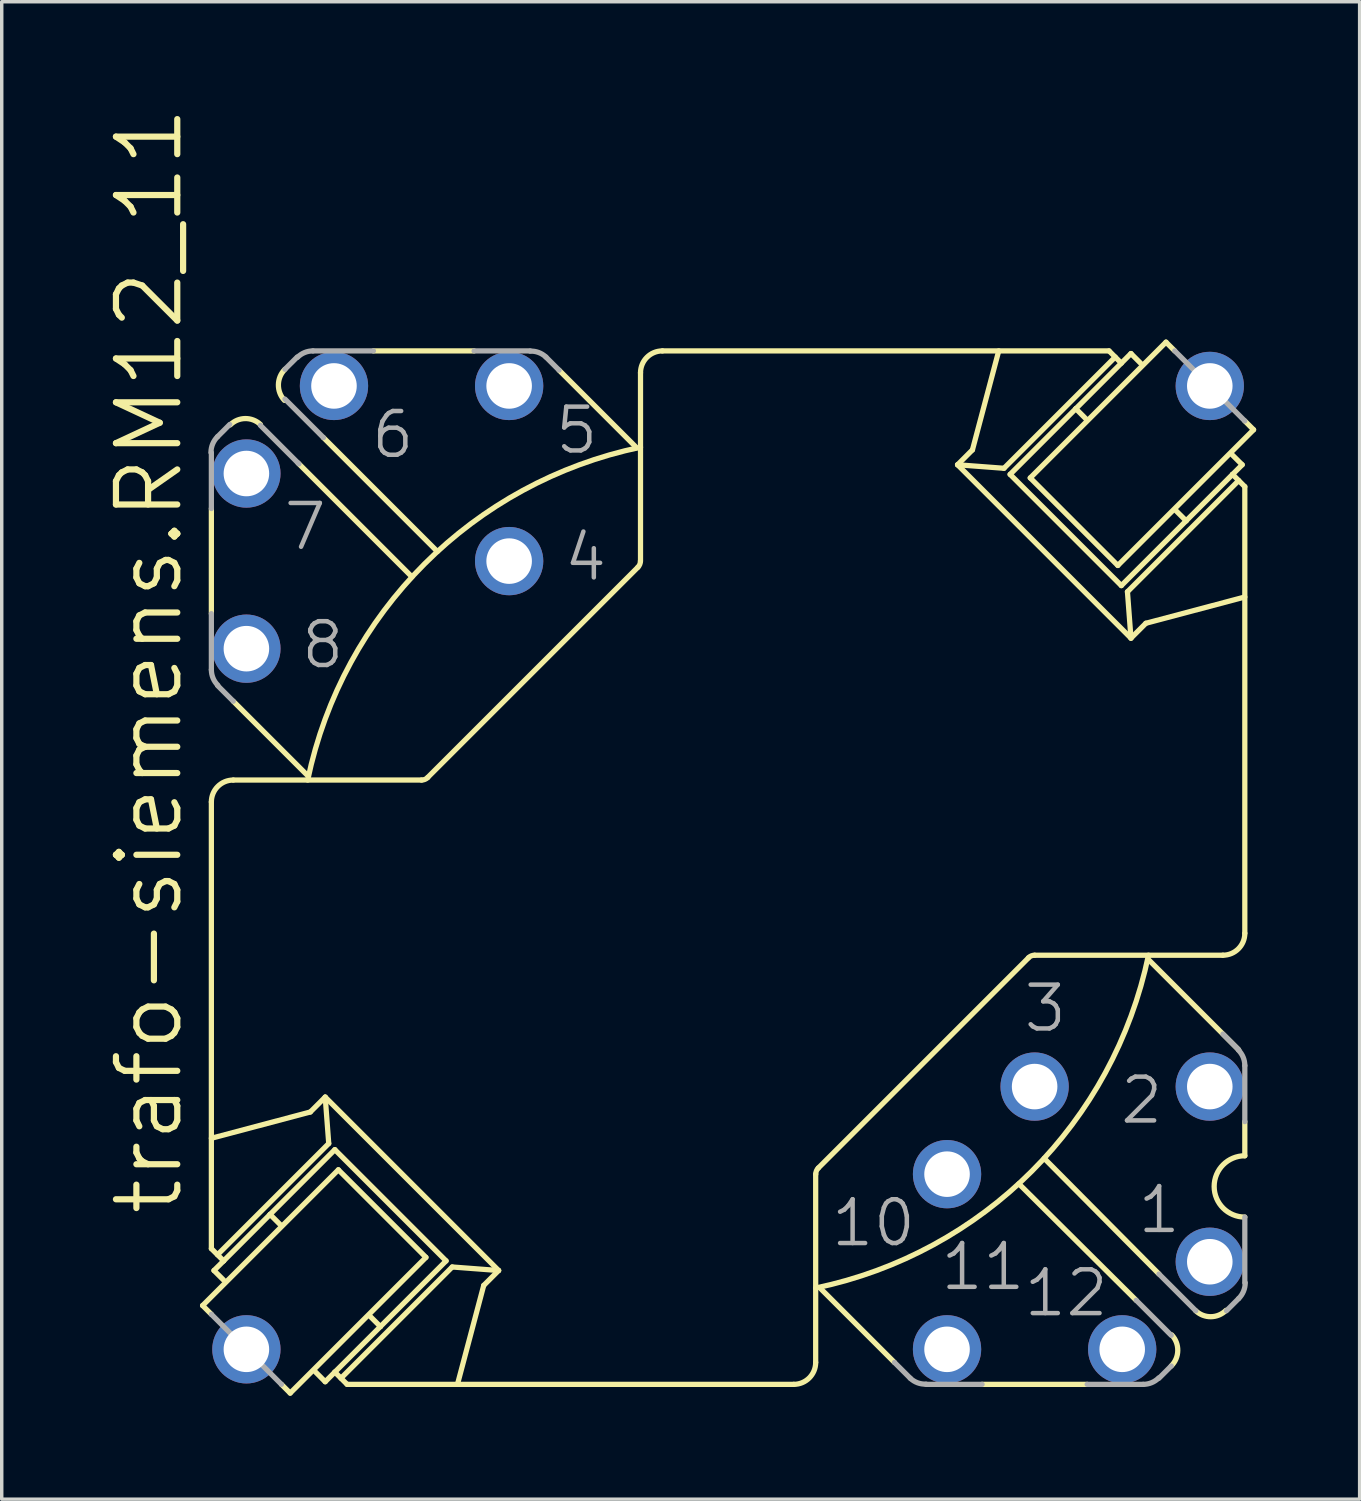
<source format=kicad_pcb>
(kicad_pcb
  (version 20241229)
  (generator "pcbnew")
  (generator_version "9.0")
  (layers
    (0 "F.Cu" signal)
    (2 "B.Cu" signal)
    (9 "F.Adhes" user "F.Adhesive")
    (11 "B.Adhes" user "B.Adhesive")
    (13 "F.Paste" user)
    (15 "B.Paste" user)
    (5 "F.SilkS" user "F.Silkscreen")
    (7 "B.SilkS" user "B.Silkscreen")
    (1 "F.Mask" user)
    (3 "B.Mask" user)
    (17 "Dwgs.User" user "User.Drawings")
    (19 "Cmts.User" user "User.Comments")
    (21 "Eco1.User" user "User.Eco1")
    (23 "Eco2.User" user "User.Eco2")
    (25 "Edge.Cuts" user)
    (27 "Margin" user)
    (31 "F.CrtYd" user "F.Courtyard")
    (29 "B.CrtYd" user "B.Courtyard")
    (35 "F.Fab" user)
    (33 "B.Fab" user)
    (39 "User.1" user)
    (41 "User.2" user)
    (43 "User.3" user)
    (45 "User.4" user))
  (footprint "trafo-siemens.RM12_11"
    (layer "F.Cu")
    (at 18.066 22.113)
    (property "Reference" "trafo-siemens.RM12_11" (at -15.748 10.16 90) (layer "F.SilkS") (effects (font (size 1.778 1.778) (thickness 0.18)) (justify left bottom)))
    (attr through_hole)
    (fp_line (start -15.24 12.7) (end -14.986 12.954) (stroke (width 0.152) (type default)) (layer "F.SilkS"))
    (fp_line (start -14.986 -10.414) (end -14.986 -7.366) (stroke (width 0.152) (type default)) (layer "F.SilkS"))
    (fp_line (start -14.986 11.049) (end -14.986 -1.905) (stroke (width 0.152) (type default)) (layer "F.SilkS"))
    (fp_line (start -14.91 11.684) (end -14.63 11.963) (stroke (width 0.152) (type default)) (layer "F.SilkS"))
    (fp_line (start -14.808 11.227) (end -11.582 8.001) (stroke (width 0.152) (type default)) (layer "F.SilkS"))
    (fp_line (start -14.63 11.405) (end -14.986 11.049) (stroke (width 0.152) (type default)) (layer "F.SilkS"))
    (fp_line (start -14.63 11.405) (end -14.91 11.684) (stroke (width 0.152) (type default)) (layer "F.SilkS"))
    (fp_line (start -14.351 -4.826) (end -12.217 -2.692) (stroke (width 0.152) (type default)) (layer "F.SilkS"))
    (fp_line (start -14.351 -2.54) (end -8.89 -2.54) (stroke (width 0.152) (type default)) (layer "F.SilkS"))
    (fp_line (start -13.284 10.058) (end -14.63 11.405) (stroke (width 0.152) (type default)) (layer "F.SilkS"))
    (fp_line (start -13.284 10.058) (end -12.979 10.363) (stroke (width 0.152) (type default)) (layer "F.SilkS"))
    (fp_line (start -12.954 14.986) (end -12.7 15.24) (stroke (width 0.152) (type default)) (layer "F.SilkS"))
    (fp_line (start -12.7 15.24) (end -8.763 11.303) (stroke (width 0.152) (type default)) (layer "F.SilkS"))
    (fp_line (start -12.471 -11.735) (end -9.169 -8.433) (stroke (width 0.152) (type default)) (layer "F.SilkS"))
    (fp_line (start -12.116 7.087) (end -14.986 7.849) (stroke (width 0.152) (type default)) (layer "F.SilkS"))
    (fp_line (start -11.963 14.63) (end -11.684 14.91) (stroke (width 0.152) (type default)) (layer "F.SilkS"))
    (fp_line (start -11.735 -12.471) (end -8.433 -9.169) (stroke (width 0.152) (type default)) (layer "F.SilkS"))
    (fp_line (start -11.684 6.655) (end -12.116 7.087) (stroke (width 0.152) (type default)) (layer "F.SilkS"))
    (fp_line (start -11.684 6.655) (end -6.655 11.684) (stroke (width 0.152) (type default)) (layer "F.SilkS"))
    (fp_line (start -11.582 8.001) (end -11.684 6.655) (stroke (width 0.152) (type default)) (layer "F.SilkS"))
    (fp_line (start -11.405 8.179) (end -13.284 10.058) (stroke (width 0.152) (type default)) (layer "F.SilkS"))
    (fp_line (start -11.405 8.179) (end -8.179 11.405) (stroke (width 0.152) (type default)) (layer "F.SilkS"))
    (fp_line (start -11.405 14.63) (end -11.684 14.91) (stroke (width 0.152) (type default)) (layer "F.SilkS"))
    (fp_line (start -11.405 14.63) (end -11.049 14.986) (stroke (width 0.152) (type default)) (layer "F.SilkS"))
    (fp_line (start -11.303 8.763) (end -15.24 12.7) (stroke (width 0.152) (type default)) (layer "F.SilkS"))
    (fp_line (start -11.049 14.986) (end 1.905 14.986) (stroke (width 0.152) (type default)) (layer "F.SilkS"))
    (fp_line (start -10.084 13.31) (end -11.405 14.63) (stroke (width 0.152) (type default)) (layer "F.SilkS"))
    (fp_line (start -10.084 13.31) (end -10.389 13.005) (stroke (width 0.152) (type default)) (layer "F.SilkS"))
    (fp_line (start -8.763 11.303) (end -11.303 8.763) (stroke (width 0.152) (type default)) (layer "F.SilkS"))
    (fp_line (start -8.712 -2.616) (end -2.616 -8.712) (stroke (width 0.152) (type default)) (layer "F.SilkS"))
    (fp_line (start -8.179 11.405) (end -10.084 13.31) (stroke (width 0.152) (type default)) (layer "F.SilkS"))
    (fp_line (start -8.001 11.582) (end -11.227 14.808) (stroke (width 0.152) (type default)) (layer "F.SilkS"))
    (fp_line (start -8.001 11.582) (end -6.655 11.684) (stroke (width 0.152) (type default)) (layer "F.SilkS"))
    (fp_line (start -7.366 -14.986) (end -10.287 -14.986) (stroke (width 0.152) (type default)) (layer "F.SilkS"))
    (fp_line (start -7.087 12.116) (end -7.849 14.986) (stroke (width 0.152) (type default)) (layer "F.SilkS"))
    (fp_line (start -6.655 11.684) (end -7.087 12.116) (stroke (width 0.152) (type default)) (layer "F.SilkS"))
    (fp_line (start -2.692 -12.217) (end -4.902 -14.427) (stroke (width 0.152) (type default)) (layer "F.SilkS"))
    (fp_line (start -2.54 -14.351) (end -2.54 -8.89) (stroke (width 0.152) (type default)) (layer "F.SilkS"))
    (fp_line (start -1.905 -14.986) (end 11.049 -14.986) (stroke (width 0.152) (type default)) (layer "F.SilkS"))
    (fp_line (start 2.54 8.89) (end 2.54 14.351) (stroke (width 0.152) (type default)) (layer "F.SilkS"))
    (fp_line (start 2.616 8.712) (end 8.712 2.616) (stroke (width 0.152) (type default)) (layer "F.SilkS"))
    (fp_line (start 4.826 14.351) (end 2.692 12.217) (stroke (width 0.152) (type default)) (layer "F.SilkS"))
    (fp_line (start 6.655 -11.684) (end 7.087 -12.116) (stroke (width 0.152) (type default)) (layer "F.SilkS"))
    (fp_line (start 6.655 -11.684) (end 11.684 -6.655) (stroke (width 0.152) (type default)) (layer "F.SilkS"))
    (fp_line (start 7.087 -12.116) (end 7.849 -14.986) (stroke (width 0.152) (type default)) (layer "F.SilkS"))
    (fp_line (start 8.001 -11.582) (end 6.655 -11.684) (stroke (width 0.152) (type default)) (layer "F.SilkS"))
    (fp_line (start 8.179 -11.405) (end 10.084 -13.31) (stroke (width 0.152) (type default)) (layer "F.SilkS"))
    (fp_line (start 8.179 -11.405) (end 11.405 -8.179) (stroke (width 0.152) (type default)) (layer "F.SilkS"))
    (fp_line (start 8.763 -11.303) (end 11.303 -8.763) (stroke (width 0.152) (type default)) (layer "F.SilkS"))
    (fp_line (start 8.89 2.54) (end 14.351 2.54) (stroke (width 0.152) (type default)) (layer "F.SilkS"))
    (fp_line (start 10.084 -13.31) (end 10.389 -13.005) (stroke (width 0.152) (type default)) (layer "F.SilkS"))
    (fp_line (start 10.084 -13.31) (end 11.684 -14.91) (stroke (width 0.152) (type default)) (layer "F.SilkS"))
    (fp_line (start 10.414 14.986) (end 7.366 14.986) (stroke (width 0.152) (type default)) (layer "F.SilkS"))
    (fp_line (start 11.227 -14.808) (end 8.001 -11.582) (stroke (width 0.152) (type default)) (layer "F.SilkS"))
    (fp_line (start 11.303 -8.763) (end 15.24 -12.7) (stroke (width 0.152) (type default)) (layer "F.SilkS"))
    (fp_line (start 11.405 -14.63) (end 11.049 -14.986) (stroke (width 0.152) (type default)) (layer "F.SilkS"))
    (fp_line (start 11.405 -8.179) (end 13.284 -10.058) (stroke (width 0.152) (type default)) (layer "F.SilkS"))
    (fp_line (start 11.582 -8.001) (end 11.684 -6.655) (stroke (width 0.152) (type default)) (layer "F.SilkS"))
    (fp_line (start 11.582 -8.001) (end 14.808 -11.227) (stroke (width 0.152) (type default)) (layer "F.SilkS"))
    (fp_line (start 11.684 -6.655) (end 12.116 -7.087) (stroke (width 0.152) (type default)) (layer "F.SilkS"))
    (fp_line (start 11.836 12.548) (end 8.433 9.169) (stroke (width 0.152) (type default)) (layer "F.SilkS"))
    (fp_line (start 11.963 -14.63) (end 11.684 -14.91) (stroke (width 0.152) (type default)) (layer "F.SilkS"))
    (fp_line (start 12.116 -7.087) (end 14.986 -7.849) (stroke (width 0.152) (type default)) (layer "F.SilkS"))
    (fp_line (start 12.497 11.786) (end 9.169 8.433) (stroke (width 0.152) (type default)) (layer "F.SilkS"))
    (fp_line (start 12.7 -15.24) (end 8.763 -11.303) (stroke (width 0.152) (type default)) (layer "F.SilkS"))
    (fp_line (start 12.954 -14.986) (end 12.7 -15.24) (stroke (width 0.152) (type default)) (layer "F.SilkS"))
    (fp_line (start 13.284 -10.058) (end 12.979 -10.363) (stroke (width 0.152) (type default)) (layer "F.SilkS"))
    (fp_line (start 13.284 -10.058) (end 14.63 -11.405) (stroke (width 0.152) (type default)) (layer "F.SilkS"))
    (fp_line (start 14.63 -11.405) (end 14.91 -11.684) (stroke (width 0.152) (type default)) (layer "F.SilkS"))
    (fp_line (start 14.63 -11.405) (end 14.986 -11.049) (stroke (width 0.152) (type default)) (layer "F.SilkS"))
    (fp_line (start 14.808 5.283) (end 12.217 2.692) (stroke (width 0.152) (type default)) (layer "F.SilkS"))
    (fp_line (start 14.91 -11.684) (end 14.63 -11.963) (stroke (width 0.152) (type default)) (layer "F.SilkS"))
    (fp_line (start 14.986 1.905) (end 14.986 -11.049) (stroke (width 0.152) (type default)) (layer "F.SilkS"))
    (fp_line (start 14.986 8.357) (end 14.986 7.366) (stroke (width 0.152) (type default)) (layer "F.SilkS"))
    (fp_line (start 15.24 -12.7) (end 14.986 -12.954) (stroke (width 0.152) (type default)) (layer "F.SilkS"))
    (fp_arc (start -14.986 -1.905) (mid -14.800013 -2.354013) (end -14.351 -2.54) (stroke (width 0.1524) (type default)) (layer "F.SilkS"))
    (fp_arc (start -14.4401 -12.8399) (mid -14.004357 -13.024094) (end -13.5635 -12.8525) (stroke (width 0.1524) (type default)) (layer "F.SilkS"))
    (fp_arc (start -12.8653 -13.5514) (mid -13.041738 -14.004618) (end -12.8524 -14.4526) (stroke (width 0.1524) (type default)) (layer "F.SilkS"))
    (fp_arc (start -12.192 -2.54) (mid -8.806147 -8.806147) (end -2.54 -12.192) (stroke (width 0.1524) (type default)) (layer "F.SilkS"))
    (fp_arc (start -8.7104 -2.6144) (mid -8.792801 -2.559338) (end -8.89 -2.54) (stroke (width 0.1524) (type default)) (layer "F.SilkS"))
    (fp_arc (start -2.5426 -8.89) (mid -2.561715 -8.793779) (end -2.6162 -8.7122) (stroke (width 0.1524) (type default)) (layer "F.SilkS"))
    (fp_arc (start -2.54 -14.351) (mid -2.354013 -14.800013) (end -1.905 -14.986) (stroke (width 0.1524) (type default)) (layer "F.SilkS"))
    (fp_arc (start 2.54 14.351) (mid 2.354013 14.800013) (end 1.905 14.986) (stroke (width 0.1524) (type default)) (layer "F.SilkS"))
    (fp_arc (start 2.5426 8.89) (mid 2.561715 8.793779) (end 2.6162 8.7122) (stroke (width 0.1524) (type default)) (layer "F.SilkS"))
    (fp_arc (start 8.7104 2.6144) (mid 8.792801 2.559338) (end 8.89 2.54) (stroke (width 0.1524) (type default)) (layer "F.SilkS"))
    (fp_arc (start 12.192 2.54) (mid 8.806147 8.806147) (end 2.54 12.192) (stroke (width 0.1524) (type default)) (layer "F.SilkS"))
    (fp_arc (start 12.8653 13.5514) (mid 13.041738 14.004618) (end 12.8524 14.4526) (stroke (width 0.1524) (type default)) (layer "F.SilkS"))
    (fp_arc (start 14.44 12.8398) (mid 14.004357 13.023953) (end 13.5636 12.8524) (stroke (width 0.1524) (type default)) (layer "F.SilkS"))
    (fp_arc (start 14.986 1.905) (mid 14.800013 2.354013) (end 14.351 2.54) (stroke (width 0.1524) (type default)) (layer "F.SilkS"))
    (fp_arc (start 14.986 10.1346) (mid 14.097 9.2456) (end 14.986 8.3566) (stroke (width 0.1524) (type default)) (layer "F.SilkS"))
    (fp_line (start -14.986 -12.04) (end -14.986 -10.414) (stroke (width 0.152) (type default)) (layer "F.Fab"))
    (fp_line (start -14.986 -5.74) (end -14.986 -7.366) (stroke (width 0.152) (type default)) (layer "F.Fab"))
    (fp_line (start -14.986 12.954) (end -12.954 14.986) (stroke (width 0.152) (type default)) (layer "F.Fab"))
    (fp_line (start -14.808 -12.497) (end -14.453 -12.852) (stroke (width 0.152) (type default)) (layer "F.Fab"))
    (fp_line (start -14.351 -4.826) (end -14.808 -5.283) (stroke (width 0.152) (type default)) (layer "F.Fab"))
    (fp_line (start -13.564 -12.827) (end -12.446 -11.709) (stroke (width 0.152) (type default)) (layer "F.Fab"))
    (fp_line (start -12.852 -14.453) (end -12.497 -14.808) (stroke (width 0.152) (type default)) (layer "F.Fab"))
    (fp_line (start -12.852 -13.589) (end -11.735 -12.471) (stroke (width 0.152) (type default)) (layer "F.Fab"))
    (fp_line (start -12.04 -14.986) (end -10.287 -14.986) (stroke (width 0.152) (type default)) (layer "F.Fab"))
    (fp_line (start -5.74 -14.986) (end -7.366 -14.986) (stroke (width 0.152) (type default)) (layer "F.Fab"))
    (fp_line (start -5.283 -14.808) (end -4.902 -14.427) (stroke (width 0.152) (type default)) (layer "F.Fab"))
    (fp_line (start 4.826 14.351) (end 5.283 14.808) (stroke (width 0.152) (type default)) (layer "F.Fab"))
    (fp_line (start 5.74 14.986) (end 7.366 14.986) (stroke (width 0.152) (type default)) (layer "F.Fab"))
    (fp_line (start 12.04 14.986) (end 10.414 14.986) (stroke (width 0.152) (type default)) (layer "F.Fab"))
    (fp_line (start 12.497 14.808) (end 12.852 14.453) (stroke (width 0.152) (type default)) (layer "F.Fab"))
    (fp_line (start 12.852 13.564) (end 11.836 12.548) (stroke (width 0.152) (type default)) (layer "F.Fab"))
    (fp_line (start 13.564 12.852) (end 12.497 11.786) (stroke (width 0.152) (type default)) (layer "F.Fab"))
    (fp_line (start 14.453 12.852) (end 14.808 12.497) (stroke (width 0.152) (type default)) (layer "F.Fab"))
    (fp_line (start 14.808 5.283) (end 14.351 4.826) (stroke (width 0.152) (type default)) (layer "F.Fab"))
    (fp_line (start 14.986 -12.954) (end 12.954 -14.986) (stroke (width 0.152) (type default)) (layer "F.Fab"))
    (fp_line (start 14.986 7.366) (end 14.986 5.74) (stroke (width 0.152) (type default)) (layer "F.Fab"))
    (fp_line (start 14.986 12.04) (end 14.986 10.135) (stroke (width 0.152) (type default)) (layer "F.Fab"))
    (fp_arc (start -14.9976 -12.0396) (mid -14.948371 -12.287037) (end -14.8082 -12.4968) (stroke (width 0.1524) (type default)) (layer "F.Fab"))
    (fp_arc (start -14.8 -5.2914) (mid -14.937655 -5.497401) (end -14.986 -5.7404) (stroke (width 0.1524) (type default)) (layer "F.Fab"))
    (fp_arc (start -12.4886 -14.8) (mid -12.282607 -14.937701) (end -12.0396 -14.9861) (stroke (width 0.1524) (type default)) (layer "F.Fab"))
    (fp_arc (start -5.7401 -14.9794) (mid -5.494371 -14.939915) (end -5.2832 -14.8082) (stroke (width 0.1524) (type default)) (layer "F.Fab"))
    (fp_arc (start 5.7401 14.9794) (mid 5.494371 14.939915) (end 5.2832 14.8082) (stroke (width 0.1524) (type default)) (layer "F.Fab"))
    (fp_arc (start 12.4886 14.8) (mid 12.282599 14.937655) (end 12.0396 14.986) (stroke (width 0.1524) (type default)) (layer "F.Fab"))
    (fp_arc (start 14.8 5.2914) (mid 14.937655 5.497401) (end 14.986 5.7404) (stroke (width 0.1524) (type default)) (layer "F.Fab"))
    (fp_arc (start 14.9976 12.0396) (mid 14.948371 12.287037) (end 14.8082 12.4968) (stroke (width 0.1524) (type default)) (layer "F.Fab"))
    (fp_text user "10" (at 2.921 11.049 0) (layer "F.Fab") (effects (font (size 1.27 1.27) (thickness 0.13)) (justify left bottom)))
    (fp_text user "3" (at 8.509 4.826 0) (layer "F.Fab") (effects (font (size 1.27 1.27) (thickness 0.13)) (justify left bottom)))
    (fp_text user "11" (at 6.096 12.319 0) (layer "F.Fab") (effects (font (size 1.27 1.27) (thickness 0.13)) (justify left bottom)))
    (fp_text user "5" (at -5.08 -11.938 0) (layer "F.Fab") (effects (font (size 1.27 1.27) (thickness 0.13)) (justify left bottom)))
    (fp_text user "2" (at 11.303 7.493 0) (layer "F.Fab") (effects (font (size 1.27 1.27) (thickness 0.13)) (justify left bottom)))
    (fp_text user "12" (at 8.509 13.081 0) (layer "F.Fab") (effects (font (size 1.27 1.27) (thickness 0.13)) (justify left bottom)))
    (fp_text user "6" (at -10.414 -11.811 0) (layer "F.Fab") (effects (font (size 1.27 1.27) (thickness 0.13)) (justify left bottom)))
    (fp_text user "1" (at 11.811 10.668 0) (layer "F.Fab") (effects (font (size 1.27 1.27) (thickness 0.13)) (justify left bottom)))
    (fp_text user "4" (at -4.826 -8.255 0) (layer "F.Fab") (effects (font (size 1.27 1.27) (thickness 0.13)) (justify left bottom)))
    (fp_text user "8" (at -12.446 -5.715 0) (layer "F.Fab") (effects (font (size 1.27 1.27) (thickness 0.13)) (justify left bottom)))
    (fp_text user "7" (at -12.954 -9.144 0) (layer "F.Fab") (effects (font (size 1.27 1.27) (thickness 0.13)) (justify left bottom)))
    (pad "1" thru_hole circle (at 13.97 11.43) (size 1.981 1.981) (drill 1.321) (layers "*.Cu" "*.Mask"))
    (pad "2" thru_hole circle (at 13.97 6.35) (size 1.981 1.981) (drill 1.321) (layers "*.Cu" "*.Mask"))
    (pad "3" thru_hole circle (at 8.89 6.35) (size 1.981 1.981) (drill 1.321) (layers "*.Cu" "*.Mask"))
    (pad "4" thru_hole circle (at -6.35 -8.89) (size 1.981 1.981) (drill 1.321) (layers "*.Cu" "*.Mask"))
    (pad "5" thru_hole circle (at -6.35 -13.97) (size 1.981 1.981) (drill 1.321) (layers "*.Cu" "*.Mask"))
    (pad "6" thru_hole circle (at -11.43 -13.97) (size 1.981 1.981) (drill 1.321) (layers "*.Cu" "*.Mask"))
    (pad "7" thru_hole circle (at -13.97 -11.43) (size 1.981 1.981) (drill 1.321) (layers "*.Cu" "*.Mask"))
    (pad "8" thru_hole circle (at -13.97 -6.35) (size 1.981 1.981) (drill 1.321) (layers "*.Cu" "*.Mask"))
    (pad "10" thru_hole circle (at 6.35 8.89) (size 1.981 1.981) (drill 1.321) (layers "*.Cu" "*.Mask"))
    (pad "11" thru_hole circle (at 6.35 13.97) (size 1.981 1.981) (drill 1.321) (layers "*.Cu" "*.Mask"))
    (pad "12" thru_hole circle (at 11.43 13.97) (size 1.981 1.981) (drill 1.321) (layers "*.Cu" "*.Mask"))
    (pad "M" thru_hole circle (at -13.97 13.97) (size 1.981 1.981) (drill 1.321) (layers "*.Cu" "*.Mask"))
    (pad "M@" thru_hole circle (at 13.97 -13.97) (size 1.981 1.981) (drill 1.321) (layers "*.Cu" "*.Mask")))
  (gr_rect
    (start -3 -3)
    (end 36.382 40.429)
    (stroke (width 0.1) (type default))
    (fill no)
    (layer "Edge.Cuts")))
</source>
